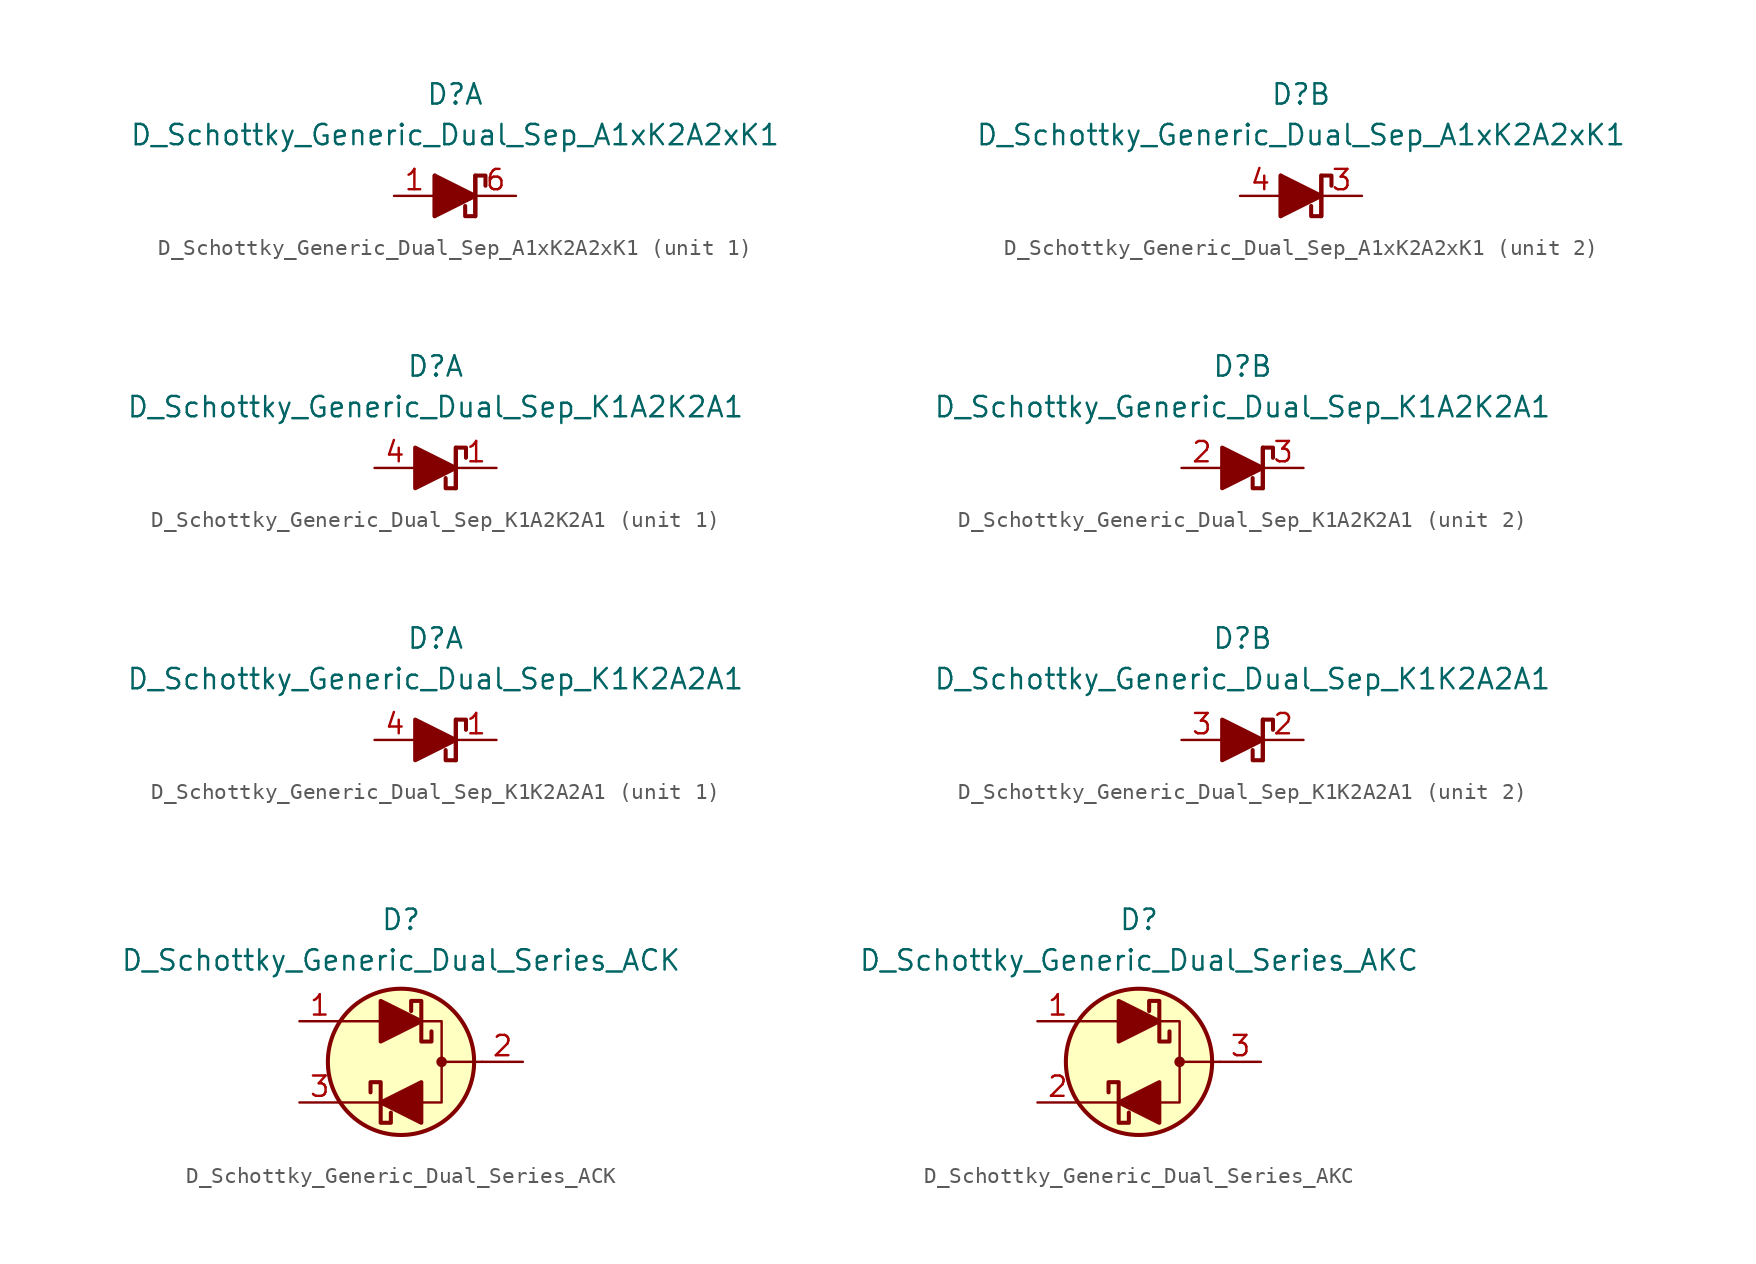
<source format=kicad_sym>
(kicad_symbol_lib
  (version 20211014)
  (generator kicad_symbol_editor)
  (symbol "D_Schottky_Generic_Dual_Sep_A1xK2A2xK1"
    (pin_names
      (offset 1.016) hide)
    (property "Reference" "D"
      (at 0 6.35 0)
      (effects (font (size 1.27 1.27))))
    (property "Value" "D_Schottky_Generic_Dual_Sep_A1xK2A2xK1"
      (at 0 3.81 0)
      (effects (font (size 1.27 1.27))))
    (property "ki_locked" ""
      (at 0 0 0)
      (effects (font (size 1.27 1.27))))
    (symbol "D_Schottky_Generic_Dual_Sep_A1xK2A2xK1_0_1"
      (polyline (pts (xy -1.27 1.27) (xy -1.27 -1.27)) (stroke (width 0.254) (type default) (color 0 0 0 0)) (fill (type none))))
    (symbol "D_Schottky_Generic_Dual_Sep_A1xK2A2xK1_1_1"
      (polyline (pts (xy -1.27 0) (xy 1.27 0)) (stroke (width 0) (type default) (color 0 0 0 0)) (fill (type none)))
      (polyline (pts (xy 1.27 1.27) (xy 1.27 -1.27)) (stroke (width 0.254) (type default) (color 0 0 0 0)) (fill (type none)))
      (polyline (pts (xy -1.27 -1.27) (xy -1.27 1.27) (xy 1.27 0) (xy -1.27 -1.27)) (stroke (width 0.254) (type default) (color 0 0 0 0)) (fill (type outline)))
      (polyline (pts (xy 1.905 0.635) (xy 1.905 1.27) (xy 1.27 1.27) (xy 1.27 -1.27) (xy 0.635 -1.27) (xy 0.635 -0.635)) (stroke (width 0.254) (type default) (color 0 0 0 0)) (fill (type none)))
      (pin passive line (at -3.81 0 0) (length 2.54) (name "A1" (effects (font (size 1.27 1.27)))) (number "1" (effects (font (size 1.27 1.27)))))
      (pin no_connect line (at 0 0 0) (length 2.54) hide (name "NC" (effects (font (size 1.27 1.27)))) (number "2" (effects (font (size 1.27 1.27)))))
      (pin passive line (at 3.81 0 180) (length 2.54) (name "K1" (effects (font (size 1.27 1.27)))) (number "6" (effects (font (size 1.27 1.27))))))
    (symbol "D_Schottky_Generic_Dual_Sep_A1xK2A2xK1_2_1"
      (polyline (pts (xy -1.27 0) (xy 1.27 0)) (stroke (width 0) (type default) (color 0 0 0 0)) (fill (type none)))
      (polyline (pts (xy 1.27 1.27) (xy 1.27 -1.27)) (stroke (width 0.254) (type default) (color 0 0 0 0)) (fill (type none)))
      (polyline (pts (xy -1.27 -1.27) (xy -1.27 1.27) (xy 1.27 0) (xy -1.27 -1.27)) (stroke (width 0.254) (type default) (color 0 0 0 0)) (fill (type outline)))
      (polyline (pts (xy 1.905 0.635) (xy 1.905 1.27) (xy 1.27 1.27) (xy 1.27 -1.27) (xy 0.635 -1.27) (xy 0.635 -0.635)) (stroke (width 0.254) (type default) (color 0 0 0 0)) (fill (type none)))
      (pin passive line (at 3.81 0 180) (length 2.54) (name "K2" (effects (font (size 1.27 1.27)))) (number "3" (effects (font (size 1.27 1.27)))))
      (pin passive line (at -3.81 0 0) (length 2.54) (name "A2" (effects (font (size 1.27 1.27)))) (number "4" (effects (font (size 1.27 1.27)))))
      (pin no_connect line (at 0 0 180) (length 2.54) hide (name "NC" (effects (font (size 1.27 1.27)))) (number "5" (effects (font (size 1.27 1.27)))))))
  (symbol "D_Schottky_Generic_Dual_Sep_K1A2K2A1"
    (pin_names
      (offset 1.016) hide)
    (property "Reference" "D"
      (at 0 6.35 0)
      (effects (font (size 1.27 1.27))))
    (property "Value" "D_Schottky_Generic_Dual_Sep_K1A2K2A1"
      (at 0 3.81 0)
      (effects (font (size 1.27 1.27))))
    (property "ki_locked" ""
      (at 0 0 0)
      (effects (font (size 1.27 1.27))))
    (symbol "D_Schottky_Generic_Dual_Sep_K1A2K2A1_0_1"
      (polyline (pts (xy 1.27 -1.27) (xy 1.27 1.27)) (stroke (width 0.254) (type default) (color 0 0 0 0)) (fill (type none))))
    (symbol "D_Schottky_Generic_Dual_Sep_K1A2K2A1_1_1"
      (polyline (pts (xy -1.27 0) (xy 1.27 0)) (stroke (width 0) (type default) (color 0 0 0 0)) (fill (type none)))
      (polyline (pts (xy -1.27 -1.27) (xy -1.27 1.27) (xy 1.27 0) (xy -1.27 -1.27)) (stroke (width 0.254) (type default) (color 0 0 0 0)) (fill (type outline)))
      (polyline (pts (xy 1.905 0.635) (xy 1.905 1.27) (xy 1.27 1.27) (xy 1.27 -1.27) (xy 0.635 -1.27) (xy 0.635 -0.635)) (stroke (width 0.254) (type default) (color 0 0 0 0)) (fill (type none)))
      (pin passive line (at 3.81 0 180) (length 2.54) (name "K1" (effects (font (size 1.27 1.27)))) (number "1" (effects (font (size 1.27 1.27)))))
      (pin passive line (at -3.81 0 0) (length 2.54) (name "A1" (effects (font (size 1.27 1.27)))) (number "4" (effects (font (size 1.27 1.27))))))
    (symbol "D_Schottky_Generic_Dual_Sep_K1A2K2A1_2_1"
      (polyline (pts (xy -1.27 0) (xy 1.27 0)) (stroke (width 0) (type default) (color 0 0 0 0)) (fill (type none)))
      (polyline (pts (xy -1.27 -1.27) (xy -1.27 1.27) (xy 1.27 0) (xy -1.27 -1.27)) (stroke (width 0.254) (type default) (color 0 0 0 0)) (fill (type outline)))
      (polyline (pts (xy 1.905 0.635) (xy 1.905 1.27) (xy 1.27 1.27) (xy 1.27 -1.27) (xy 0.635 -1.27) (xy 0.635 -0.635)) (stroke (width 0.254) (type default) (color 0 0 0 0)) (fill (type none)))
      (pin passive line (at -3.81 0 0) (length 2.54) (name "A2" (effects (font (size 1.27 1.27)))) (number "2" (effects (font (size 1.27 1.27)))))
      (pin passive line (at 3.81 0 180) (length 2.54) (name "K2" (effects (font (size 1.27 1.27)))) (number "3" (effects (font (size 1.27 1.27)))))))
  (symbol "D_Schottky_Generic_Dual_Sep_K1K2A2A1"
    (pin_names
      (offset 1.016) hide)
    (property "Reference" "D"
      (at 0 6.35 0)
      (effects (font (size 1.27 1.27))))
    (property "Value" "D_Schottky_Generic_Dual_Sep_K1K2A2A1"
      (at 0 3.81 0)
      (effects (font (size 1.27 1.27))))
    (property "ki_locked" ""
      (at 0 0 0)
      (effects (font (size 1.27 1.27))))
    (symbol "D_Schottky_Generic_Dual_Sep_K1K2A2A1_0_1"
      (polyline (pts (xy 1.27 -1.27) (xy 1.27 1.27)) (stroke (width 0.254) (type default) (color 0 0 0 0)) (fill (type none))))
    (symbol "D_Schottky_Generic_Dual_Sep_K1K2A2A1_1_1"
      (polyline (pts (xy -1.27 0) (xy 1.27 0)) (stroke (width 0) (type default) (color 0 0 0 0)) (fill (type none)))
      (polyline (pts (xy -1.27 -1.27) (xy -1.27 1.27) (xy 1.27 0) (xy -1.27 -1.27)) (stroke (width 0.254) (type default) (color 0 0 0 0)) (fill (type outline)))
      (polyline (pts (xy 1.905 0.635) (xy 1.905 1.27) (xy 1.27 1.27) (xy 1.27 -1.27) (xy 0.635 -1.27) (xy 0.635 -0.635)) (stroke (width 0.254) (type default) (color 0 0 0 0)) (fill (type none)))
      (pin passive line (at 3.81 0 180) (length 2.54) (name "K1" (effects (font (size 1.27 1.27)))) (number "1" (effects (font (size 1.27 1.27)))))
      (pin passive line (at -3.81 0 0) (length 2.54) (name "A1" (effects (font (size 1.27 1.27)))) (number "4" (effects (font (size 1.27 1.27))))))
    (symbol "D_Schottky_Generic_Dual_Sep_K1K2A2A1_2_1"
      (polyline (pts (xy -1.27 0) (xy 1.27 0)) (stroke (width 0) (type default) (color 0 0 0 0)) (fill (type none)))
      (polyline (pts (xy -1.27 -1.27) (xy -1.27 1.27) (xy 1.27 0) (xy -1.27 -1.27)) (stroke (width 0.254) (type default) (color 0 0 0 0)) (fill (type outline)))
      (polyline (pts (xy 1.905 0.635) (xy 1.905 1.27) (xy 1.27 1.27) (xy 1.27 -1.27) (xy 0.635 -1.27) (xy 0.635 -0.635)) (stroke (width 0.254) (type default) (color 0 0 0 0)) (fill (type none)))
      (pin passive line (at 3.81 0 180) (length 2.54) (name "K2" (effects (font (size 1.27 1.27)))) (number "2" (effects (font (size 1.27 1.27)))))
      (pin passive line (at -3.81 0 0) (length 2.54) (name "A2" (effects (font (size 1.27 1.27)))) (number "3" (effects (font (size 1.27 1.27)))))))
  (symbol "D_Schottky_Generic_Dual_Series_ACK"
    (pin_names
      (offset 1.016) hide)
    (property "Reference" "D"
      (at 0 8.89 0)
      (effects (font (size 1.27 1.27))))
    (property "Value" "D_Schottky_Generic_Dual_Series_ACK"
      (at 0 6.35 0)
      (effects (font (size 1.27 1.27))))
    (symbol "D_Schottky_Generic_Dual_Series_ACK_0_1"
      (polyline (pts (xy -1.27 -2.54) (xy -3.81 -2.54)) (stroke (width 0) (type default) (color 0 0 0 0)) (fill (type none)))
      (polyline (pts (xy -1.27 2.54) (xy -3.81 2.54)) (stroke (width 0) (type default) (color 0 0 0 0)) (fill (type none)))
      (polyline (pts (xy 5.08 0) (xy 2.54 0)) (stroke (width 0) (type default) (color 0 0 0 0)) (fill (type none)))
      (polyline (pts (xy 1.27 -2.54) (xy 2.54 -2.54) (xy 2.54 2.54) (xy 1.27 2.54)) (stroke (width 0) (type default) (color 0 0 0 0)) (fill (type none)))
      (circle (center 0 0) (radius 4.572) (stroke (width 0.254) (type default) (color 0 0 0 0)) (fill (type background)))
      (circle (center 2.54 0) (radius 0.254) (stroke (width 0) (type default) (color 0 0 0 0)) (fill (type outline))))
    (symbol "D_Schottky_Generic_Dual_Series_ACK_1_1"
      (polyline (pts (xy -1.27 2.54) (xy 1.27 2.54)) (stroke (width 0) (type default) (color 0 0 0 0)) (fill (type none)))
      (polyline (pts (xy 1.27 -2.54) (xy -1.27 -2.54)) (stroke (width 0) (type default) (color 0 0 0 0)) (fill (type none)))
      (polyline (pts (xy -1.27 1.27) (xy -1.27 3.81) (xy 1.27 2.54) (xy -1.27 1.27)) (stroke (width 0.254) (type default) (color 0 0 0 0)) (fill (type outline)))
      (polyline (pts (xy 1.27 -1.27) (xy 1.27 -3.81) (xy -1.27 -2.54) (xy 1.27 -1.27)) (stroke (width 0.254) (type default) (color 0 0 0 0)) (fill (type outline)))
      (polyline (pts (xy -1.905 -1.905) (xy -1.905 -1.27) (xy -1.27 -1.27) (xy -1.27 -3.81) (xy -0.635 -3.81) (xy -0.635 -3.175)) (stroke (width 0.254) (type default) (color 0 0 0 0)) (fill (type none)))
      (polyline (pts (xy 1.905 1.905) (xy 1.905 1.27) (xy 1.27 1.27) (xy 1.27 3.81) (xy 0.635 3.81) (xy 0.635 3.175)) (stroke (width 0.254) (type default) (color 0 0 0 0)) (fill (type none)))
      (pin passive line (at -6.35 2.54 0) (length 2.54) (name "A" (effects (font (size 1.27 1.27)))) (number "1" (effects (font (size 1.27 1.27)))))
      (pin passive line (at 7.62 0 180) (length 2.54) (name "C" (effects (font (size 1.27 1.27)))) (number "2" (effects (font (size 1.27 1.27)))))
      (pin passive line (at -6.35 -2.54 0) (length 2.54) (name "K" (effects (font (size 1.27 1.27)))) (number "3" (effects (font (size 1.27 1.27)))))))
  (symbol "D_Schottky_Generic_Dual_Series_AKC"
    (pin_names
      (offset 1.016) hide)
    (property "Reference" "D"
      (at 0 8.89 0)
      (effects (font (size 1.27 1.27))))
    (property "Value" "D_Schottky_Generic_Dual_Series_AKC"
      (at 0 6.35 0)
      (effects (font (size 1.27 1.27))))
    (symbol "D_Schottky_Generic_Dual_Series_AKC_0_1"
      (polyline (pts (xy -1.27 -2.54) (xy -3.81 -2.54)) (stroke (width 0) (type default) (color 0 0 0 0)) (fill (type none)))
      (polyline (pts (xy -1.27 2.54) (xy -3.81 2.54)) (stroke (width 0) (type default) (color 0 0 0 0)) (fill (type none)))
      (polyline (pts (xy 5.08 0) (xy 2.54 0)) (stroke (width 0) (type default) (color 0 0 0 0)) (fill (type none)))
      (polyline (pts (xy 1.27 -2.54) (xy 2.54 -2.54) (xy 2.54 2.54) (xy 1.27 2.54)) (stroke (width 0) (type default) (color 0 0 0 0)) (fill (type none)))
      (circle (center 0 0) (radius 4.572) (stroke (width 0.254) (type default) (color 0 0 0 0)) (fill (type background)))
      (circle (center 2.54 0) (radius 0.254) (stroke (width 0) (type default) (color 0 0 0 0)) (fill (type outline))))
    (symbol "D_Schottky_Generic_Dual_Series_AKC_1_1"
      (polyline (pts (xy -1.27 2.54) (xy 1.27 2.54)) (stroke (width 0) (type default) (color 0 0 0 0)) (fill (type none)))
      (polyline (pts (xy 1.27 -2.54) (xy -1.27 -2.54)) (stroke (width 0) (type default) (color 0 0 0 0)) (fill (type none)))
      (polyline (pts (xy -1.27 1.27) (xy -1.27 3.81) (xy 1.27 2.54) (xy -1.27 1.27)) (stroke (width 0.254) (type default) (color 0 0 0 0)) (fill (type outline)))
      (polyline (pts (xy 1.27 -1.27) (xy 1.27 -3.81) (xy -1.27 -2.54) (xy 1.27 -1.27)) (stroke (width 0.254) (type default) (color 0 0 0 0)) (fill (type outline)))
      (polyline (pts (xy -1.905 -1.905) (xy -1.905 -1.27) (xy -1.27 -1.27) (xy -1.27 -3.81) (xy -0.635 -3.81) (xy -0.635 -3.175)) (stroke (width 0.254) (type default) (color 0 0 0 0)) (fill (type none)))
      (polyline (pts (xy 1.905 1.905) (xy 1.905 1.27) (xy 1.27 1.27) (xy 1.27 3.81) (xy 0.635 3.81) (xy 0.635 3.175)) (stroke (width 0.254) (type default) (color 0 0 0 0)) (fill (type none)))
      (pin passive line (at -6.35 2.54 0) (length 2.54) (name "A" (effects (font (size 1.27 1.27)))) (number "1" (effects (font (size 1.27 1.27)))))
      (pin passive line (at -6.35 -2.54 0) (length 2.54) (name "K" (effects (font (size 1.27 1.27)))) (number "2" (effects (font (size 1.27 1.27)))))
      (pin passive line (at 7.62 0 180) (length 2.54) (name "C" (effects (font (size 1.27 1.27)))) (number "3" (effects (font (size 1.27 1.27))))))))
</source>
